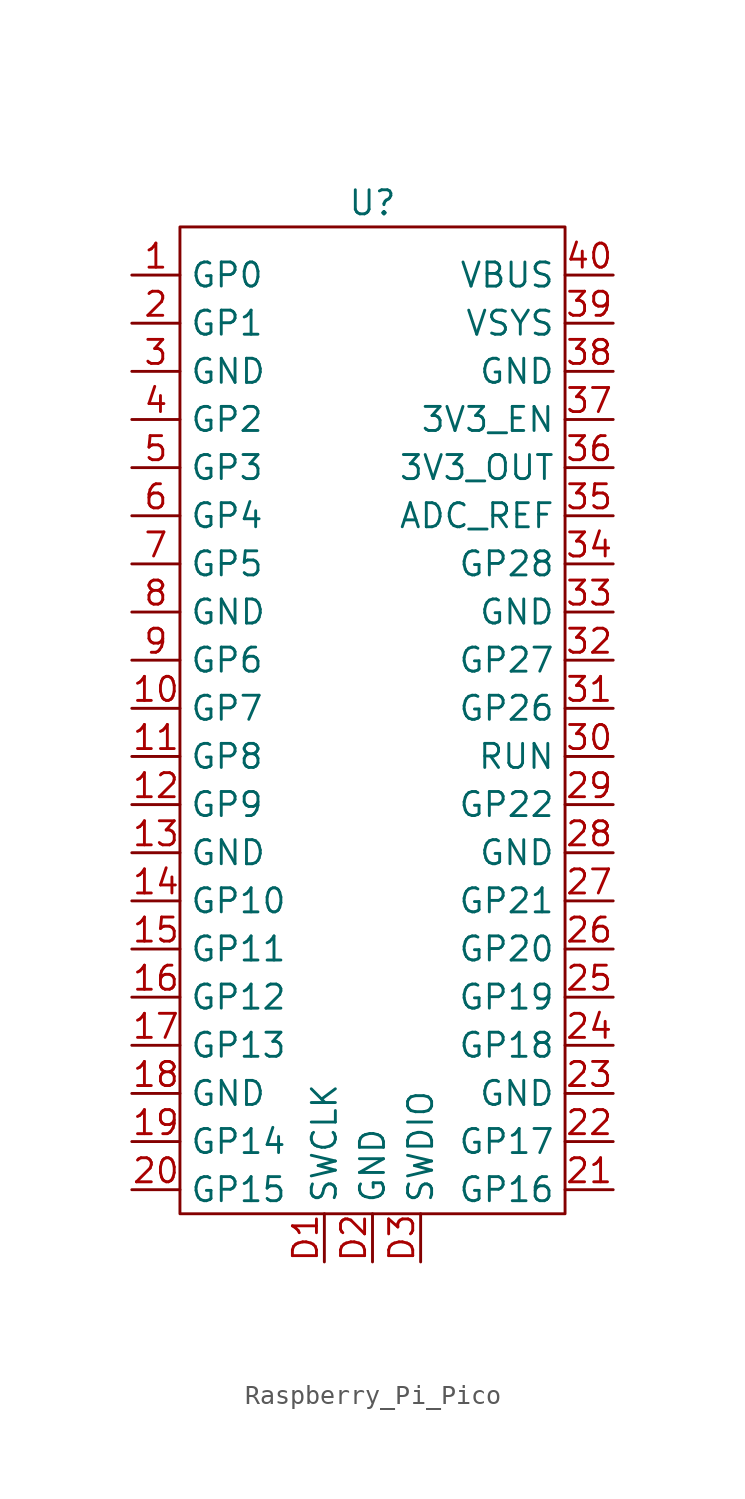
<source format=kicad_sym>
(kicad_symbol_lib
  (version 20220914)
  (generator kicad_symbol_editor)
  (symbol "Raspberry_Pi_Pico"
    (property "Reference" "U"
      (at 0 7.62 0)
      (effects (font (size 1.27 1.27))))
    (property "Value" ""
      (at 0 0 0)
      (effects (font (size 1.27 1.27))))
    (symbol "Raspberry_Pi_Pico_0_1"
      (rectangle (start -10.16 6.35) (end 10.16 -45.72) (stroke (width 0) (type default)) (fill (type none))))
    (symbol "Raspberry_Pi_Pico_1_0"
      (pin bidirectional line (at -12.7 -19.05 0) (length 2.54) (name "GP7" (effects (font (size 1.27 1.27)))) (number "10" (effects (font (size 1.27 1.27)))))
      (pin bidirectional line (at -12.7 -21.59 0) (length 2.54) (name "GP8" (effects (font (size 1.27 1.27)))) (number "11" (effects (font (size 1.27 1.27)))))
      (pin bidirectional line (at -12.7 -24.13 0) (length 2.54) (name "GP9" (effects (font (size 1.27 1.27)))) (number "12" (effects (font (size 1.27 1.27)))))
      (pin bidirectional line (at -12.7 -26.67 0) (length 2.54) (name "GND" (effects (font (size 1.27 1.27)))) (number "13" (effects (font (size 1.27 1.27)))))
      (pin bidirectional line (at -12.7 -29.21 0) (length 2.54) (name "GP10" (effects (font (size 1.27 1.27)))) (number "14" (effects (font (size 1.27 1.27)))))
      (pin bidirectional line (at -12.7 -31.75 0) (length 2.54) (name "GP11" (effects (font (size 1.27 1.27)))) (number "15" (effects (font (size 1.27 1.27)))))
      (pin bidirectional line (at -12.7 -34.29 0) (length 2.54) (name "GP12" (effects (font (size 1.27 1.27)))) (number "16" (effects (font (size 1.27 1.27)))))
      (pin bidirectional line (at -12.7 -36.83 0) (length 2.54) (name "GP13" (effects (font (size 1.27 1.27)))) (number "17" (effects (font (size 1.27 1.27)))))
      (pin bidirectional line (at -12.7 -39.37 0) (length 2.54) (name "GND" (effects (font (size 1.27 1.27)))) (number "18" (effects (font (size 1.27 1.27)))))
      (pin bidirectional line (at -12.7 -41.91 0) (length 2.54) (name "GP14" (effects (font (size 1.27 1.27)))) (number "19" (effects (font (size 1.27 1.27)))))
      (pin bidirectional line (at -12.7 1.27 0) (length 2.54) (name "GP1" (effects (font (size 1.27 1.27)))) (number "2" (effects (font (size 1.27 1.27)))))
      (pin bidirectional line (at -12.7 -44.45 0) (length 2.54) (name "GP15" (effects (font (size 1.27 1.27)))) (number "20" (effects (font (size 1.27 1.27)))))
      (pin bidirectional line (at 12.7 -44.45 180) (length 2.54) (name "GP16" (effects (font (size 1.27 1.27)))) (number "21" (effects (font (size 1.27 1.27)))))
      (pin bidirectional line (at 12.7 -41.91 180) (length 2.54) (name "GP17" (effects (font (size 1.27 1.27)))) (number "22" (effects (font (size 1.27 1.27)))))
      (pin bidirectional line (at 12.7 -39.37 180) (length 2.54) (name "GND" (effects (font (size 1.27 1.27)))) (number "23" (effects (font (size 1.27 1.27)))))
      (pin bidirectional line (at 12.7 -36.83 180) (length 2.54) (name "GP18" (effects (font (size 1.27 1.27)))) (number "24" (effects (font (size 1.27 1.27)))))
      (pin bidirectional line (at 12.7 -34.29 180) (length 2.54) (name "GP19" (effects (font (size 1.27 1.27)))) (number "25" (effects (font (size 1.27 1.27)))))
      (pin bidirectional line (at 12.7 -31.75 180) (length 2.54) (name "GP20" (effects (font (size 1.27 1.27)))) (number "26" (effects (font (size 1.27 1.27)))))
      (pin bidirectional line (at 12.7 -29.21 180) (length 2.54) (name "GP21" (effects (font (size 1.27 1.27)))) (number "27" (effects (font (size 1.27 1.27)))))
      (pin bidirectional line (at 12.7 -26.67 180) (length 2.54) (name "GND" (effects (font (size 1.27 1.27)))) (number "28" (effects (font (size 1.27 1.27)))))
      (pin bidirectional line (at 12.7 -24.13 180) (length 2.54) (name "GP22" (effects (font (size 1.27 1.27)))) (number "29" (effects (font (size 1.27 1.27)))))
      (pin bidirectional line (at -12.7 -1.27 0) (length 2.54) (name "GND" (effects (font (size 1.27 1.27)))) (number "3" (effects (font (size 1.27 1.27)))))
      (pin bidirectional line (at 12.7 -21.59 180) (length 2.54) (name "RUN" (effects (font (size 1.27 1.27)))) (number "30" (effects (font (size 1.27 1.27)))))
      (pin bidirectional line (at 12.7 -19.05 180) (length 2.54) (name "GP26" (effects (font (size 1.27 1.27)))) (number "31" (effects (font (size 1.27 1.27)))))
      (pin bidirectional line (at 12.7 -16.51 180) (length 2.54) (name "GP27" (effects (font (size 1.27 1.27)))) (number "32" (effects (font (size 1.27 1.27)))))
      (pin bidirectional line (at 12.7 -13.97 180) (length 2.54) (name "GND" (effects (font (size 1.27 1.27)))) (number "33" (effects (font (size 1.27 1.27)))))
      (pin bidirectional line (at 12.7 -11.43 180) (length 2.54) (name "GP28" (effects (font (size 1.27 1.27)))) (number "34" (effects (font (size 1.27 1.27)))))
      (pin power_in line (at 12.7 -8.89 180) (length 2.54) (name "ADC_REF" (effects (font (size 1.27 1.27)))) (number "35" (effects (font (size 1.27 1.27)))))
      (pin power_out line (at 12.7 -6.35 180) (length 2.54) (name "3V3_OUT" (effects (font (size 1.27 1.27)))) (number "36" (effects (font (size 1.27 1.27)))))
      (pin bidirectional line (at 12.7 -3.81 180) (length 2.54) (name "3V3_EN" (effects (font (size 1.27 1.27)))) (number "37" (effects (font (size 1.27 1.27)))))
      (pin bidirectional line (at 12.7 -1.27 180) (length 2.54) (name "GND" (effects (font (size 1.27 1.27)))) (number "38" (effects (font (size 1.27 1.27)))))
      (pin power_out line (at 12.7 1.27 180) (length 2.54) (name "VSYS" (effects (font (size 1.27 1.27)))) (number "39" (effects (font (size 1.27 1.27)))))
      (pin bidirectional line (at -12.7 -3.81 0) (length 2.54) (name "GP2" (effects (font (size 1.27 1.27)))) (number "4" (effects (font (size 1.27 1.27)))))
      (pin power_out line (at 12.7 3.81 180) (length 2.54) (name "VBUS" (effects (font (size 1.27 1.27)))) (number "40" (effects (font (size 1.27 1.27)))))
      (pin bidirectional line (at -12.7 -6.35 0) (length 2.54) (name "GP3" (effects (font (size 1.27 1.27)))) (number "5" (effects (font (size 1.27 1.27)))))
      (pin bidirectional line (at -12.7 -8.89 0) (length 2.54) (name "GP4" (effects (font (size 1.27 1.27)))) (number "6" (effects (font (size 1.27 1.27)))))
      (pin bidirectional line (at -12.7 -11.43 0) (length 2.54) (name "GP5" (effects (font (size 1.27 1.27)))) (number "7" (effects (font (size 1.27 1.27)))))
      (pin bidirectional line (at -12.7 -13.97 0) (length 2.54) (name "GND" (effects (font (size 1.27 1.27)))) (number "8" (effects (font (size 1.27 1.27)))))
      (pin bidirectional line (at -12.7 -16.51 0) (length 2.54) (name "GP6" (effects (font (size 1.27 1.27)))) (number "9" (effects (font (size 1.27 1.27)))))
      (pin bidirectional line (at -2.54 -48.26 90) (length 2.54) (name "SWCLK" (effects (font (size 1.27 1.27)))) (number "D1" (effects (font (size 1.27 1.27)))))
      (pin bidirectional line (at 0 -48.26 90) (length 2.54) (name "GND" (effects (font (size 1.27 1.27)))) (number "D2" (effects (font (size 1.27 1.27)))))
      (pin bidirectional line (at 2.54 -48.26 90) (length 2.54) (name "SWDIO" (effects (font (size 1.27 1.27)))) (number "D3" (effects (font (size 1.27 1.27))))))
    (symbol "Raspberry_Pi_Pico_1_1"
      (pin bidirectional line (at -12.7 3.81 0) (length 2.54) (name "GP0" (effects (font (size 1.27 1.27)))) (number "1" (effects (font (size 1.27 1.27))))))))
</source>
